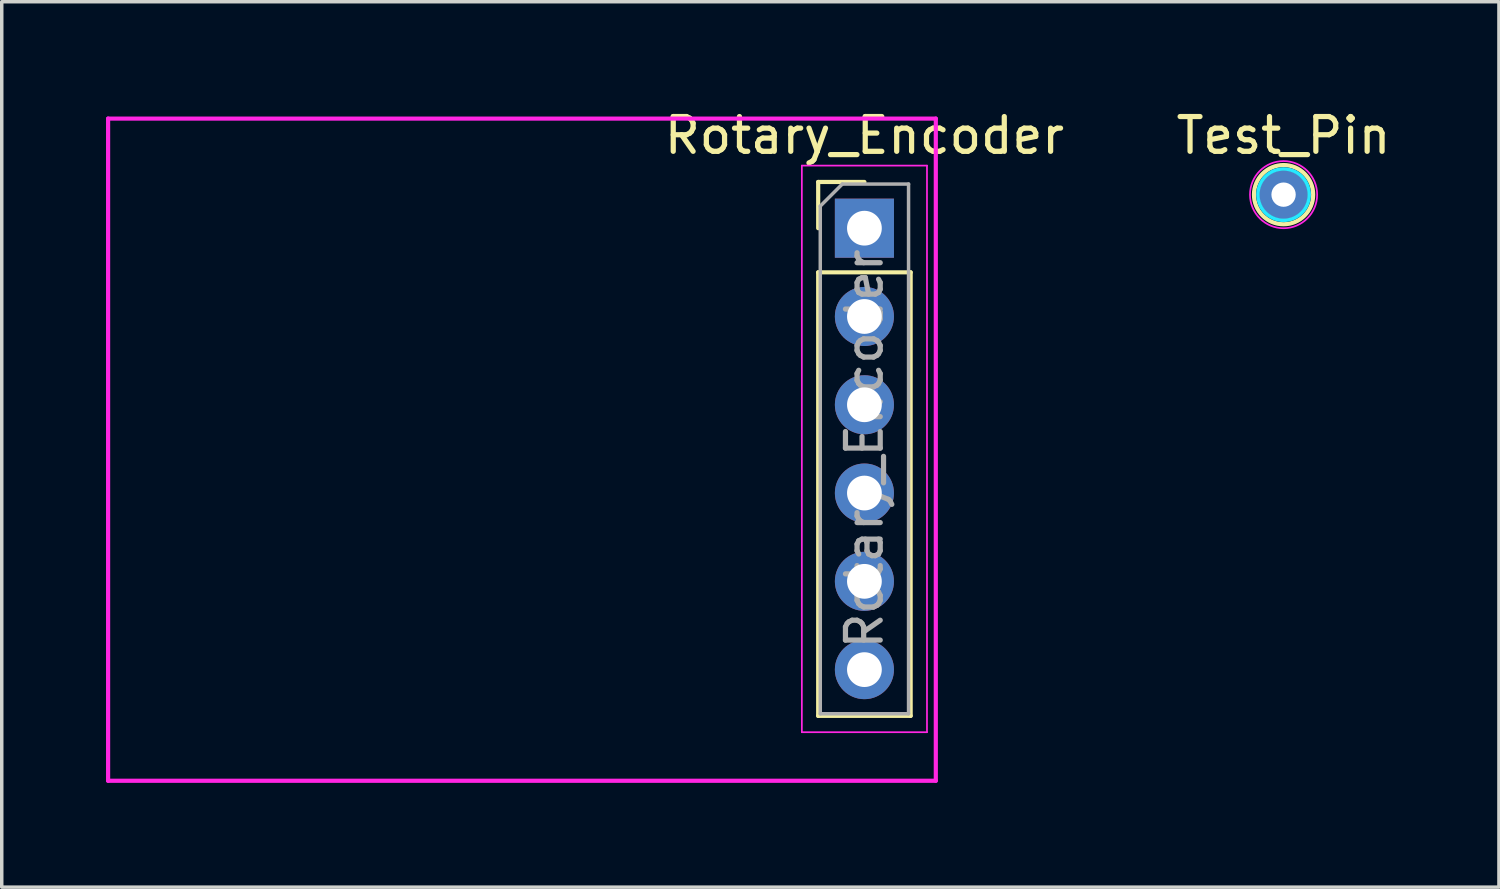
<source format=kicad_pcb>
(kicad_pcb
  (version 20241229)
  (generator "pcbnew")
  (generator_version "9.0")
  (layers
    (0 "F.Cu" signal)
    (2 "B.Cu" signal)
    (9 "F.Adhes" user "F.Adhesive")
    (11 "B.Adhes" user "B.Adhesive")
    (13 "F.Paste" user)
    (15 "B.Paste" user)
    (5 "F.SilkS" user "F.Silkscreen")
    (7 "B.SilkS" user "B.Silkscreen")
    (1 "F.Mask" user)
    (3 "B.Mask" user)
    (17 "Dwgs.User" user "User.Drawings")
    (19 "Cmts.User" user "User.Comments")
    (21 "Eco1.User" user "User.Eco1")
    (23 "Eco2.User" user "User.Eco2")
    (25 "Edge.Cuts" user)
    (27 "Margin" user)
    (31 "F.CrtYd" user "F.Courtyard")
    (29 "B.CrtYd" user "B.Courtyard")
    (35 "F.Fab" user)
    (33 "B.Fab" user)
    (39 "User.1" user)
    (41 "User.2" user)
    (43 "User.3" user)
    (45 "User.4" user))
  (footprint "Rotary_Encoder"
    (layer "F.Cu")
    (at 21.819 3.515)
    (property "Reference" "Rotary_Encoder" (at 0 -2.667 0) (layer "F.SilkS") (effects (font (size 1 1) (thickness 0.15))))
    (attr through_hole)
    (fp_line (start -1.33 -1.33) (end 0 -1.33) (stroke (width 0.12) (type solid)) (layer "F.SilkS"))
    (fp_line (start -1.33 0) (end -1.33 -1.33) (stroke (width 0.12) (type solid)) (layer "F.SilkS"))
    (fp_line (start -1.33 1.27) (end -1.33 14.03) (stroke (width 0.12) (type solid)) (layer "F.SilkS"))
    (fp_line (start -1.33 1.27) (end 1.33 1.27) (stroke (width 0.12) (type solid)) (layer "F.SilkS"))
    (fp_line (start -1.33 14.03) (end 1.33 14.03) (stroke (width 0.12) (type solid)) (layer "F.SilkS"))
    (fp_line (start 1.33 1.27) (end 1.33 14.03) (stroke (width 0.12) (type solid)) (layer "F.SilkS"))
    (fp_line (start -21.759 15.897) (end -21.759 -3.153) (stroke (width 0.12) (type solid)) (layer "F.CrtYd"))
    (fp_line (start -1.8 -1.8) (end -1.8 14.5) (stroke (width 0.05) (type solid)) (layer "F.CrtYd"))
    (fp_line (start -1.8 14.5) (end 1.8 14.5) (stroke (width 0.05) (type solid)) (layer "F.CrtYd"))
    (fp_line (start 1.8 -1.8) (end -1.8 -1.8) (stroke (width 0.05) (type solid)) (layer "F.CrtYd"))
    (fp_line (start 1.8 14.5) (end 1.8 -1.8) (stroke (width 0.05) (type solid)) (layer "F.CrtYd"))
    (fp_line (start 2.054 -3.153) (end -21.759 -3.153) (stroke (width 0.12) (type solid)) (layer "F.CrtYd"))
    (fp_line (start 2.054 15.897) (end -21.759 15.897) (stroke (width 0.12) (type solid)) (layer "F.CrtYd"))
    (fp_line (start 2.054 15.897) (end 2.054 -3.153) (stroke (width 0.12) (type solid)) (layer "F.CrtYd"))
    (fp_line (start -1.27 -0.635) (end -0.635 -1.27) (stroke (width 0.1) (type solid)) (layer "F.Fab"))
    (fp_line (start -1.27 13.97) (end -1.27 -0.635) (stroke (width 0.1) (type solid)) (layer "F.Fab"))
    (fp_line (start -0.635 -1.27) (end 1.27 -1.27) (stroke (width 0.1) (type solid)) (layer "F.Fab"))
    (fp_line (start 1.27 -1.27) (end 1.27 13.97) (stroke (width 0.1) (type solid)) (layer "F.Fab"))
    (fp_line (start 1.27 13.97) (end -1.27 13.97) (stroke (width 0.1) (type solid)) (layer "F.Fab"))
    (fp_text user "${REFERENCE}" (at 0 6.35 90) (layer "F.Fab") (effects (font (size 1 1) (thickness 0.15))))
    (pad "1" thru_hole rect (at 0 0) (size 1.7 1.7) (drill 1) (layers "*.Cu" "*.Mask"))
    (pad "2" thru_hole oval (at 0 2.54) (size 1.7 1.7) (drill 1) (layers "*.Cu" "*.Mask"))
    (pad "3" thru_hole oval (at 0 5.08) (size 1.7 1.7) (drill 1) (layers "*.Cu" "*.Mask"))
    (pad "4" thru_hole oval (at 0 7.62) (size 1.7 1.7) (drill 1) (layers "*.Cu" "*.Mask"))
    (pad "5" thru_hole oval (at 0 10.16) (size 1.7 1.7) (drill 1) (layers "*.Cu" "*.Mask"))
    (pad "6" thru_hole oval (at 0 12.7) (size 1.7 1.7) (drill 1) (layers "*.Cu" "*.Mask")))
  (footprint "Test_Pin"
    (layer "F.Cu")
    (at 33.878 2.55)
    (property "Reference" "Test_Pin" (at 0 -1.702 0) (layer "F.SilkS") (effects (font (size 1 1) (thickness 0.15))))
    (attr through_hole)
    (fp_circle (center 0 0) (end 0.762 0.381) (stroke (width 0.12) (type solid)) (fill no) (layer "F.SilkS"))
    (fp_circle (center 0 0) (end 0.711 0.203) (stroke (width 0.1) (type solid)) (fill no) (layer "B.CrtYd"))
    (fp_circle (center 0 0) (end 0.864 0.432) (stroke (width 0.05) (type solid)) (fill no) (layer "F.CrtYd"))
    (pad "1" thru_hole circle (at 0 0) (size 1.4 1.4) (drill 0.7) (layers "*.Cu" "*.Mask")))
  (gr_rect
    (start -3 -3)
    (end 40.074 22.472)
    (stroke (width 0.1) (type default))
    (fill no)
    (layer "Edge.Cuts")))
</source>
